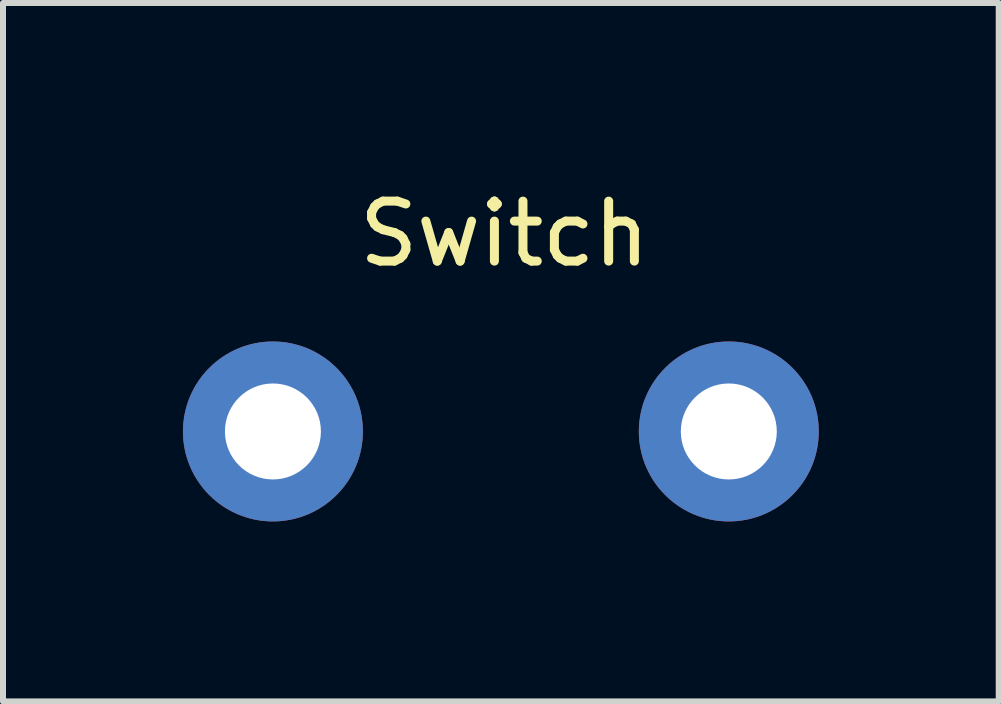
<source format=kicad_pcb>
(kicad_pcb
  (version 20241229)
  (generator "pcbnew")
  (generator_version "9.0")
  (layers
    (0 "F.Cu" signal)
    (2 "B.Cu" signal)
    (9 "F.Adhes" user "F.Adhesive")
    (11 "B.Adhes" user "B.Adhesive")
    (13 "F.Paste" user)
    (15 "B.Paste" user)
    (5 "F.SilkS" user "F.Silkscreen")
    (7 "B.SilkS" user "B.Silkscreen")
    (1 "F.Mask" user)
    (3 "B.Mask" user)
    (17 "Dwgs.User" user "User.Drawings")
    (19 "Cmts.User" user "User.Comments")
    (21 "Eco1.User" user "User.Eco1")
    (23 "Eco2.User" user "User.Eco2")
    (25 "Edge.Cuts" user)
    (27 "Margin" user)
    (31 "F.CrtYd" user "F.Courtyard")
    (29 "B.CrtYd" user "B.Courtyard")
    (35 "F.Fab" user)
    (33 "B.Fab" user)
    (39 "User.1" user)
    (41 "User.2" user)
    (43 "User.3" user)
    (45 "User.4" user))
  (footprint "Switch"
    (layer "F.Cu")
    (at 5.359 0.348)
    (property "Reference" "Switch" (at 0 0.5 0) (layer "F.SilkS") (effects (font (size 1 1) (thickness 0.15))))
    (attr through_hole)
    (pad "1" thru_hole oval (at -3.859 3.795) (size 3 3) (drill 1.6) (layers "*.Cu" "*.Mask"))
    (pad "2" thru_hole oval (at 3.741 3.795) (size 3 3) (drill 1.6) (layers "*.Cu" "*.Mask")))
  (gr_rect
    (start -3 -3)
    (end 13.6 8.643)
    (stroke (width 0.1) (type default))
    (fill no)
    (layer "Edge.Cuts")))
</source>
